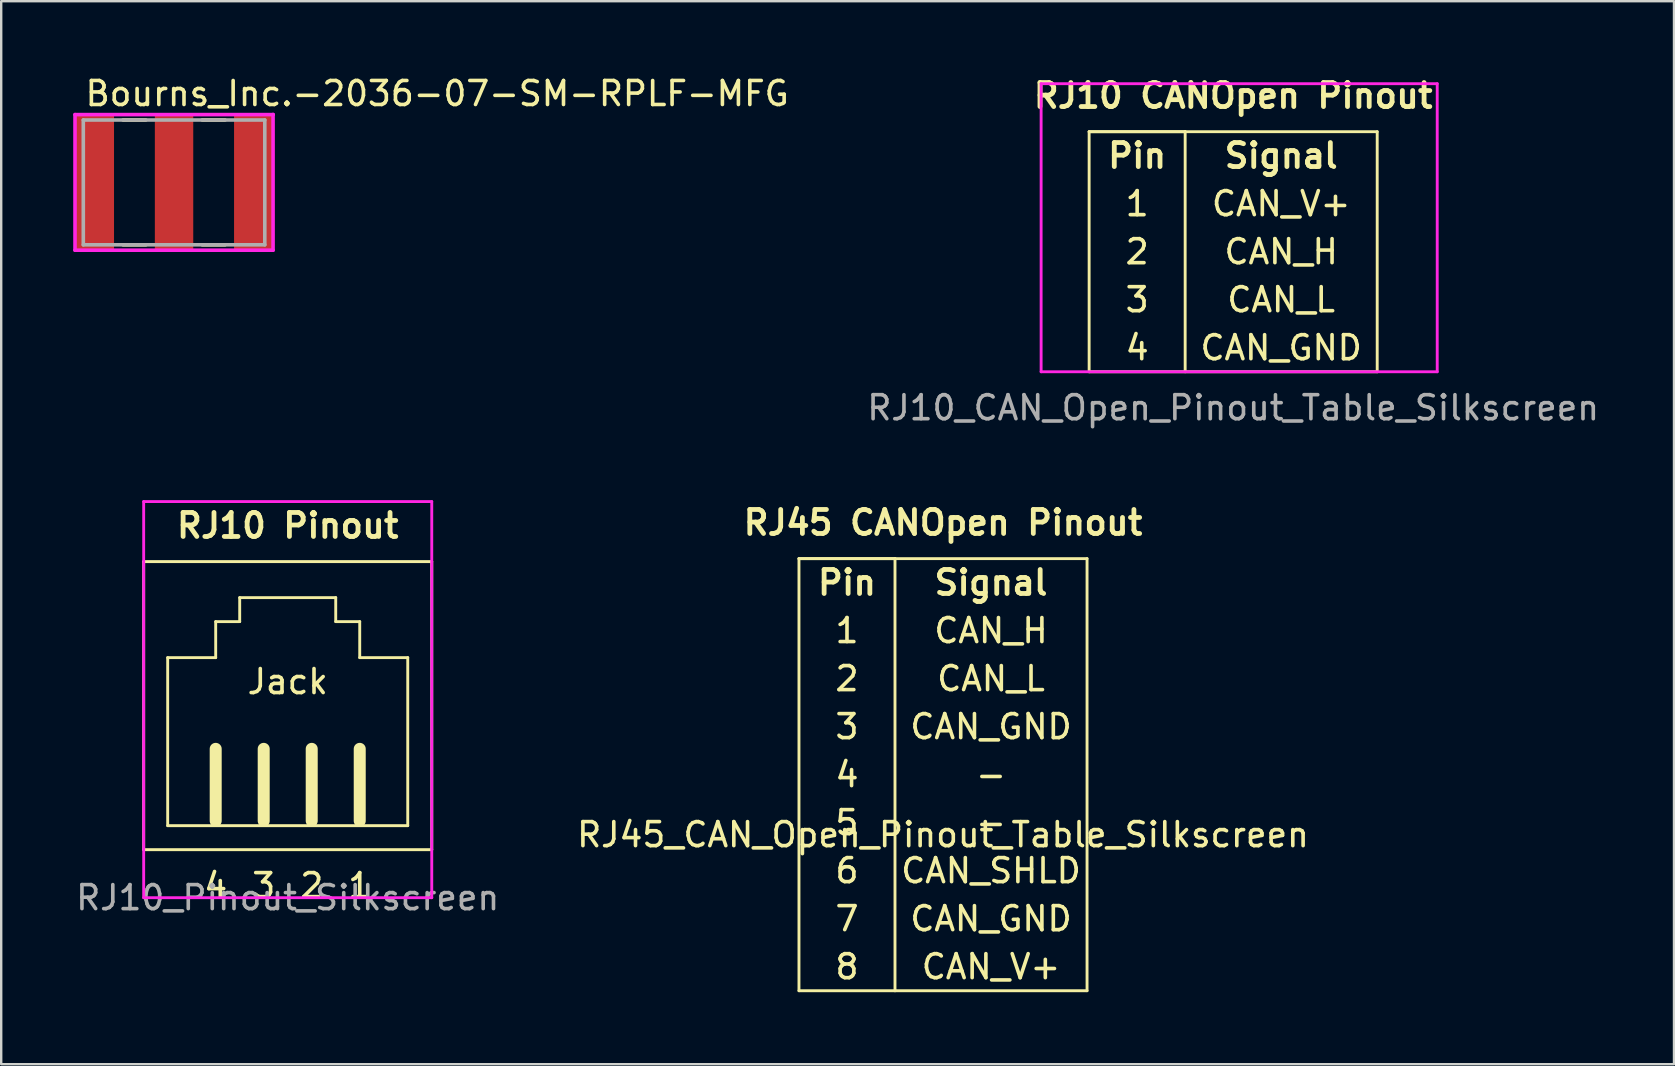
<source format=kicad_pcb>
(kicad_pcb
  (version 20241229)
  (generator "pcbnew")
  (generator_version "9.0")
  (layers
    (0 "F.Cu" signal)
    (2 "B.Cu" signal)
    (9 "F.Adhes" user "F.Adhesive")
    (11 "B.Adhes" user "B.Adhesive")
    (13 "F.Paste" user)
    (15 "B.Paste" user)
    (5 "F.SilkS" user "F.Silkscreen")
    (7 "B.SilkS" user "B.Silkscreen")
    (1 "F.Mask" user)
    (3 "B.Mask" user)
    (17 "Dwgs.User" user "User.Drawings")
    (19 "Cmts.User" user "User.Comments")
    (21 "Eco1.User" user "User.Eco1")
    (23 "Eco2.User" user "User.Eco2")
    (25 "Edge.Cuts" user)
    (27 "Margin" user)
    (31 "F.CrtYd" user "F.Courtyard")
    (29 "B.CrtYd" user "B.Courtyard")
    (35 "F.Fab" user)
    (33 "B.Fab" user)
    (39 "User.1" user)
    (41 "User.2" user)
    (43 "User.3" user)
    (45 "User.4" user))
  (footprint "RJ10_Pinout_Silkscreen"
    (layer "F.Cu")
    (at 8.935 31.344)
    (property "Reference" "RJ10_Pinout_Silkscreen" (at 0 3 0) (layer "F.Fab") (effects (font (size 1 1) (thickness 0.15))))
    (attr through_hole)
    (fp_line (start -6 -11) (end 6 -11) (stroke (width 0.12) (type solid)) (layer "F.SilkS"))
    (fp_line (start -6 1) (end -6 -11) (stroke (width 0.12) (type solid)) (layer "F.SilkS"))
    (fp_line (start -5 -7) (end -5 0) (stroke (width 0.12) (type solid)) (layer "F.SilkS"))
    (fp_line (start -5 0) (end 5 0) (stroke (width 0.12) (type solid)) (layer "F.SilkS"))
    (fp_line (start -3 -8.5) (end -3 -7) (stroke (width 0.12) (type solid)) (layer "F.SilkS"))
    (fp_line (start -3 -7) (end -5 -7) (stroke (width 0.12) (type solid)) (layer "F.SilkS"))
    (fp_line (start -3 -0.2) (end -3 -3.2) (stroke (width 0.5) (type solid)) (layer "F.SilkS"))
    (fp_line (start -2 -9.5) (end -2 -8.5) (stroke (width 0.12) (type solid)) (layer "F.SilkS"))
    (fp_line (start -2 -8.5) (end -3 -8.5) (stroke (width 0.12) (type solid)) (layer "F.SilkS"))
    (fp_line (start -1 -0.2) (end -1 -3.2) (stroke (width 0.5) (type solid)) (layer "F.SilkS"))
    (fp_line (start 1 -0.2) (end 1 -3.2) (stroke (width 0.5) (type solid)) (layer "F.SilkS"))
    (fp_line (start 2 -9.5) (end -2 -9.5) (stroke (width 0.12) (type solid)) (layer "F.SilkS"))
    (fp_line (start 2 -8.5) (end 2 -9.5) (stroke (width 0.12) (type solid)) (layer "F.SilkS"))
    (fp_line (start 3 -8.5) (end 2 -8.5) (stroke (width 0.12) (type solid)) (layer "F.SilkS"))
    (fp_line (start 3 -7) (end 3 -8.5) (stroke (width 0.12) (type solid)) (layer "F.SilkS"))
    (fp_line (start 3 -0.2) (end 3 -3.2) (stroke (width 0.5) (type solid)) (layer "F.SilkS"))
    (fp_line (start 5 -7) (end 3 -7) (stroke (width 0.12) (type solid)) (layer "F.SilkS"))
    (fp_line (start 5 0) (end 5 -7) (stroke (width 0.12) (type solid)) (layer "F.SilkS"))
    (fp_line (start 6 -11) (end 6 1) (stroke (width 0.12) (type solid)) (layer "F.SilkS"))
    (fp_line (start 6 1) (end -6 1) (stroke (width 0.12) (type solid)) (layer "F.SilkS"))
    (fp_line (start -6 -13.5) (end 6 -13.5) (stroke (width 0.12) (type solid)) (layer "F.CrtYd"))
    (fp_line (start -6 3) (end -6 -13.5) (stroke (width 0.12) (type solid)) (layer "F.CrtYd"))
    (fp_line (start 6 -13.5) (end 6 3) (stroke (width 0.12) (type solid)) (layer "F.CrtYd"))
    (fp_line (start 6 3) (end -6 3) (stroke (width 0.12) (type solid)) (layer "F.CrtYd"))
    (fp_text user "Jack" (at 0 -6 0) (layer "F.SilkS") (effects (font (size 1 1) (thickness 0.15))))
    (fp_text user "RJ10 Pinout" (at 0 -12.5 0) (layer "F.SilkS") (effects (font (size 1 1) (thickness 0.2))))
    (fp_text user "2" (at 1 2.5 0) (layer "F.SilkS") (effects (font (size 1 1) (thickness 0.15))))
    (fp_text user "3" (at -1 2.5 0) (layer "F.SilkS") (effects (font (size 1 1) (thickness 0.15))))
    (fp_text user "1" (at 3 2.5 0) (layer "F.SilkS") (effects (font (size 1 1) (thickness 0.15))))
    (fp_text user "4" (at -3 2.5 0) (layer "F.SilkS") (effects (font (size 1 1) (thickness 0.15)))))
  (footprint "Bourns_Inc.-2036-07-SM-RPLF-MFG"
    (layer "F.Cu")
    (at 4.2 4.548)
    (property "Reference" "Bourns_Inc.-2036-07-SM-RPLF-MFG" (at -3.78 -3.7 0) (layer "F.SilkS") (effects (font (size 1 1) (thickness 0.15)) (justify left)))
    (attr through_hole)
    (fp_line (start -2.125 -2.6) (end -1.175 -2.6) (stroke (width 0.15) (type solid)) (layer "F.SilkS"))
    (fp_line (start -2.125 2.6) (end -1.175 2.6) (stroke (width 0.15) (type solid)) (layer "F.SilkS"))
    (fp_line (start 1.175 -2.6) (end 2.125 -2.6) (stroke (width 0.15) (type solid)) (layer "F.SilkS"))
    (fp_line (start 1.175 2.6) (end 2.125 2.6) (stroke (width 0.15) (type solid)) (layer "F.SilkS"))
    (fp_line (start -4.125 -2.825) (end -4.125 2.825) (stroke (width 0.15) (type solid)) (layer "F.CrtYd"))
    (fp_line (start -4.125 2.825) (end 4.125 2.825) (stroke (width 0.15) (type solid)) (layer "F.CrtYd"))
    (fp_line (start 4.125 -2.825) (end -4.125 -2.825) (stroke (width 0.15) (type solid)) (layer "F.CrtYd"))
    (fp_line (start 4.125 -2.825) (end 4.125 -2.825) (stroke (width 0.15) (type solid)) (layer "F.CrtYd"))
    (fp_line (start 4.125 2.825) (end 4.125 -2.825) (stroke (width 0.15) (type solid)) (layer "F.CrtYd"))
    (fp_line (start -3.78 -2.6) (end 3.78 -2.6) (stroke (width 0.15) (type solid)) (layer "F.Fab"))
    (fp_line (start -3.78 2.6) (end -3.78 -2.6) (stroke (width 0.15) (type solid)) (layer "F.Fab"))
    (fp_line (start 3.78 -2.6) (end 3.78 2.6) (stroke (width 0.15) (type solid)) (layer "F.Fab"))
    (fp_line (start 3.78 2.6) (end -3.78 2.6) (stroke (width 0.15) (type solid)) (layer "F.Fab"))
    (pad "1" smd rect (at -3.3 0) (size 1.6 5.6) (layers "F.Cu" "F.Mask" "F.Paste"))
    (pad "2" smd rect (at 0 0) (size 1.6 5.6) (layers "F.Cu" "F.Mask" "F.Paste"))
    (pad "3" smd rect (at 3.3 0) (size 1.6 5.6) (layers "F.Cu" "F.Mask" "F.Paste")))
  (footprint "RJ45_CAN_Open_Pinout_Table_Silkscreen"
    (layer "F.Cu")
    (at 36.232 31.22)
    (property "Reference" "RJ45_CAN_Open_Pinout_Table_Silkscreen" (at 0 0.5 0) (layer "F.SilkS") (effects (font (size 1 1) (thickness 0.15))))
    (attr through_hole)
    (fp_line (start -6 -11) (end -2 -11) (stroke (width 0.12) (type solid)) (layer "F.SilkS"))
    (fp_line (start -6 -11) (end -2 -11) (stroke (width 0.12) (type solid)) (layer "F.SilkS"))
    (fp_line (start -6 7) (end -6 -11) (stroke (width 0.12) (type solid)) (layer "F.SilkS"))
    (fp_line (start -2 -11) (end -2 7) (stroke (width 0.12) (type solid)) (layer "F.SilkS"))
    (fp_line (start -2 -11) (end 6 -11) (stroke (width 0.12) (type solid)) (layer "F.SilkS"))
    (fp_line (start -2 7) (end -6 7) (stroke (width 0.12) (type solid)) (layer "F.SilkS"))
    (fp_line (start 6 -11) (end 6 7) (stroke (width 0.12) (type solid)) (layer "F.SilkS"))
    (fp_line (start 6 7) (end -2 7) (stroke (width 0.12) (type solid)) (layer "F.SilkS"))
    (fp_text user "8" (at -4 6 0) (layer "F.SilkS") (effects (font (size 1 1) (thickness 0.15))))
    (fp_text user "CAN_GND" (at 2 4 0) (layer "F.SilkS") (effects (font (size 1 1) (thickness 0.15))))
    (fp_text user "Signal" (at 2 -10 0) (layer "F.SilkS") (effects (font (size 1 1) (thickness 0.2))))
    (fp_text user "RJ45 CANOpen Pinout" (at 0 -12.5 0) (layer "F.SilkS") (effects (font (size 1 1) (thickness 0.2))))
    (fp_text user "CAN_V+" (at 2 6 0) (layer "F.SilkS") (effects (font (size 1 1) (thickness 0.15))))
    (fp_text user "6" (at -4 2 0) (layer "F.SilkS") (effects (font (size 1 1) (thickness 0.15))))
    (fp_text user "-" (at 2 -2 0) (layer "F.SilkS") (effects (font (size 1 1) (thickness 0.15))))
    (fp_text user "4" (at -4 -2 0) (layer "F.SilkS") (effects (font (size 1 1) (thickness 0.15))))
    (fp_text user "Pin" (at -4 -10 0) (layer "F.SilkS") (effects (font (size 1 1) (thickness 0.2))))
    (fp_text user "CAN_L" (at 2 -6 0) (layer "F.SilkS") (effects (font (size 1 1) (thickness 0.15))))
    (fp_text user "2" (at -4 -6 0) (layer "F.SilkS") (effects (font (size 1 1) (thickness 0.15))))
    (fp_text user "CAN_SHLD" (at 2 2 0) (layer "F.SilkS") (effects (font (size 1 1) (thickness 0.15))))
    (fp_text user "CAN_GND" (at 2 -4 0) (layer "F.SilkS") (effects (font (size 1 1) (thickness 0.15))))
    (fp_text user "7" (at -4 4 0) (layer "F.SilkS") (effects (font (size 1 1) (thickness 0.15))))
    (fp_text user "5" (at -4 0 0) (layer "F.SilkS") (effects (font (size 1 1) (thickness 0.15))))
    (fp_text user "3" (at -4 -4 0) (layer "F.SilkS") (effects (font (size 1 1) (thickness 0.15))))
    (fp_text user "CAN_H" (at 2 -8 0) (layer "F.SilkS") (effects (font (size 1 1) (thickness 0.15))))
    (fp_text user "1" (at -4 -8 0) (layer "F.SilkS") (effects (font (size 1 1) (thickness 0.15))))
    (fp_text user "-" (at 2 0 0) (layer "F.SilkS") (effects (font (size 1 1) (thickness 0.15)))))
  (footprint "RJ10_CAN_Open_Pinout_Table_Silkscreen"
    (layer "F.Cu")
    (at 48.319 13.436)
    (property "Reference" "RJ10_CAN_Open_Pinout_Table_Silkscreen" (at 0 0.5 0) (layer "F.Fab") (effects (font (size 1 1) (thickness 0.15))))
    (attr through_hole)
    (fp_line (start -6 -11) (end -2 -11) (stroke (width 0.12) (type solid)) (layer "F.SilkS"))
    (fp_line (start -6 -11) (end -2 -11) (stroke (width 0.12) (type solid)) (layer "F.SilkS"))
    (fp_line (start -6 -1) (end -6 -11) (stroke (width 0.12) (type solid)) (layer "F.SilkS"))
    (fp_line (start -2 -11) (end -2 -1) (stroke (width 0.12) (type solid)) (layer "F.SilkS"))
    (fp_line (start -2 -11) (end 6 -11) (stroke (width 0.12) (type solid)) (layer "F.SilkS"))
    (fp_line (start 6 -11) (end 6 -1) (stroke (width 0.12) (type solid)) (layer "F.SilkS"))
    (fp_line (start 6 -1) (end -6 -1) (stroke (width 0.12) (type solid)) (layer "F.SilkS"))
    (fp_line (start -8 -13) (end -8 -1) (stroke (width 0.12) (type solid)) (layer "F.CrtYd"))
    (fp_line (start -8 -1) (end 8.5 -1) (stroke (width 0.12) (type solid)) (layer "F.CrtYd"))
    (fp_line (start 8.5 -13) (end -8 -13) (stroke (width 0.12) (type solid)) (layer "F.CrtYd"))
    (fp_line (start 8.5 -1) (end 8.5 -13) (stroke (width 0.12) (type solid)) (layer "F.CrtYd"))
    (fp_text user "Signal" (at 2 -10 0) (layer "F.SilkS") (effects (font (size 1 1) (thickness 0.2))))
    (fp_text user "CAN_H" (at 2 -6 0) (layer "F.SilkS") (effects (font (size 1 1) (thickness 0.15))))
    (fp_text user "RJ10 CANOpen Pinout" (at 0 -12.5 0) (layer "F.SilkS") (effects (font (size 1 1) (thickness 0.2))))
    (fp_text user "CAN_L" (at 2 -4 0) (layer "F.SilkS") (effects (font (size 1 1) (thickness 0.15))))
    (fp_text user "CAN_V+" (at 2 -8 0) (layer "F.SilkS") (effects (font (size 1 1) (thickness 0.15))))
    (fp_text user "CAN_GND" (at 2 -2 0) (layer "F.SilkS") (effects (font (size 1 1) (thickness 0.15))))
    (fp_text user "3" (at -4 -4 0) (layer "F.SilkS") (effects (font (size 1 1) (thickness 0.15))))
    (fp_text user "1" (at -4 -8 0) (layer "F.SilkS") (effects (font (size 1 1) (thickness 0.15))))
    (fp_text user "Pin" (at -4 -10 0) (layer "F.SilkS") (effects (font (size 1 1) (thickness 0.2))))
    (fp_text user "4" (at -4 -2 0) (layer "F.SilkS") (effects (font (size 1 1) (thickness 0.15))))
    (fp_text user "2" (at -4 -6 0) (layer "F.SilkS") (effects (font (size 1 1) (thickness 0.15)))))
  (gr_rect
    (start -3 -3)
    (end 66.682 41.28)
    (stroke (width 0.1) (type default))
    (fill no)
    (layer "Edge.Cuts")))
</source>
